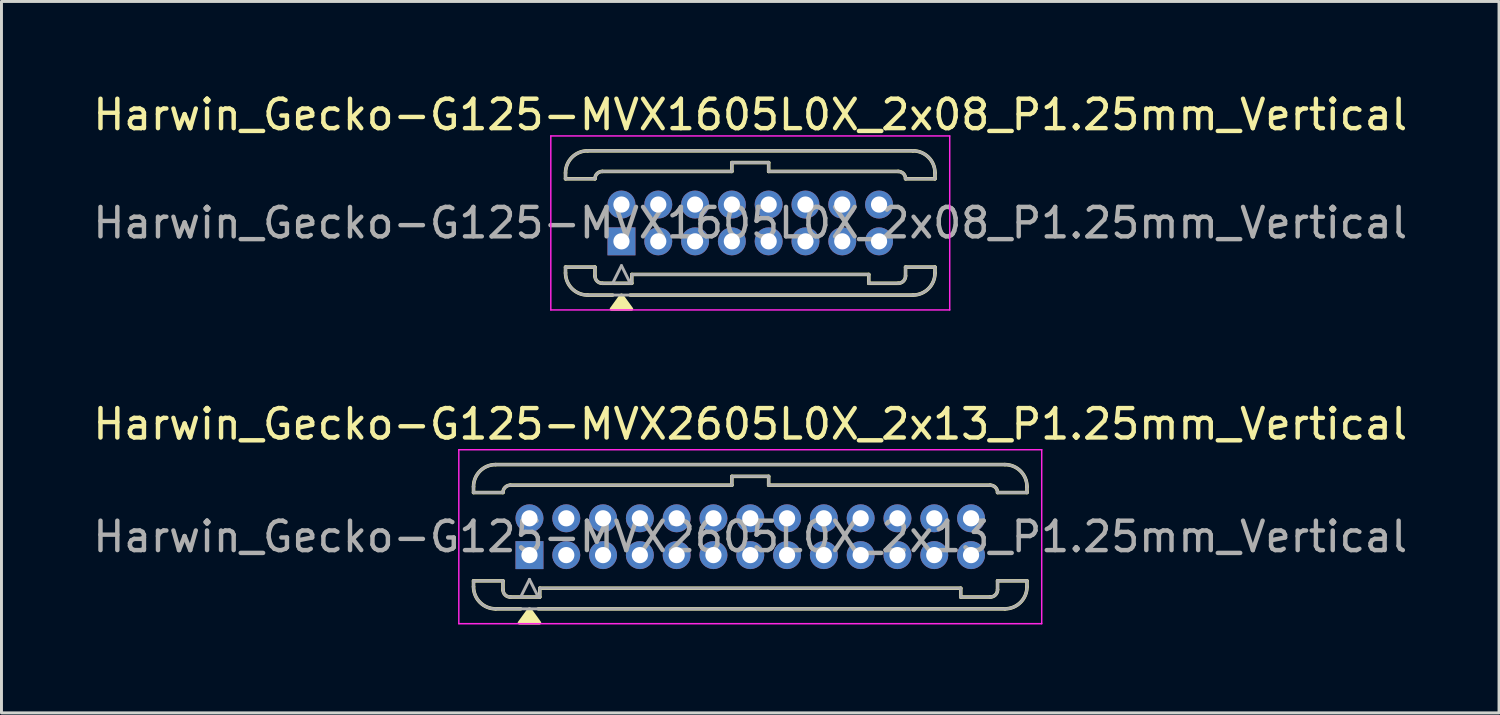
<source format=kicad_pcb>
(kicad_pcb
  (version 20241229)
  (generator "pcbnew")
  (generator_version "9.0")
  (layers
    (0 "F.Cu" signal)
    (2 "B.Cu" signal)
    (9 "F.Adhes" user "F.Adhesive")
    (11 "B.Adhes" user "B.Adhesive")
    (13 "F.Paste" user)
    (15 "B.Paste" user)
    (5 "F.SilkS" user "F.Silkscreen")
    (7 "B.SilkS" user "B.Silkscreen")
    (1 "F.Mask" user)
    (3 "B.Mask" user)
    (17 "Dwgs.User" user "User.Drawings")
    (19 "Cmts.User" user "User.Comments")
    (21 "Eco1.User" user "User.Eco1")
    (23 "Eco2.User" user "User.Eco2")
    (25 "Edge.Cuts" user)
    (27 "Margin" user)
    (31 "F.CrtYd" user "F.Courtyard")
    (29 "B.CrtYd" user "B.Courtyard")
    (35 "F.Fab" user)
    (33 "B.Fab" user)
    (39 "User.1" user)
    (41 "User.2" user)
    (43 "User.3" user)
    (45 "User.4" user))
  (footprint "Harwin_Gecko-G125-MVX2605L0X_2x13_P1.25mm_Vertical"
    (layer "F.Cu")
    (at 14.935 15.806)
    (property "Reference" "Harwin_Gecko-G125-MVX2605L0X_2x13_P1.25mm_Vertical" (at 7.5 -4.45 0) (layer "F.SilkS") (effects (font (size 1 1) (thickness 0.15))))
    (attr through_hole)
    (fp_line (start -1.9 -2.325) (end -1.9 -2.125) (stroke (width 0.12) (type solid)) (layer "F.SilkS"))
    (fp_line (start -1.9 -2.125) (end -0.9 -2.125) (stroke (width 0.12) (type solid)) (layer "F.SilkS"))
    (fp_line (start -1.9 0.875) (end -0.9 0.875) (stroke (width 0.12) (type solid)) (layer "F.SilkS"))
    (fp_line (start -1.9 1.075) (end -1.9 0.875) (stroke (width 0.12) (type solid)) (layer "F.SilkS"))
    (fp_line (start -1.15 -3.075) (end 16.15 -3.075) (stroke (width 0.12) (type solid)) (layer "F.SilkS"))
    (fp_line (start -1.15 1.825) (end -0.3 1.825) (stroke (width 0.12) (type solid)) (layer "F.SilkS"))
    (fp_line (start -0.9 1.175) (end -0.9 0.875) (stroke (width 0.12) (type solid)) (layer "F.SilkS"))
    (fp_line (start -0.65 -2.375) (end 6.875 -2.375) (stroke (width 0.12) (type solid)) (layer "F.SilkS"))
    (fp_line (start -0.65 1.425) (end 0.35 1.425) (stroke (width 0.12) (type solid)) (layer "F.SilkS"))
    (fp_line (start 0.3 1.825) (end 16.15 1.825) (stroke (width 0.12) (type solid)) (layer "F.SilkS"))
    (fp_line (start 0.35 1.125) (end 14.65 1.125) (stroke (width 0.12) (type solid)) (layer "F.SilkS"))
    (fp_line (start 0.35 1.425) (end 0.35 1.125) (stroke (width 0.12) (type solid)) (layer "F.SilkS"))
    (fp_line (start 6.875 -2.675) (end 8.125 -2.675) (stroke (width 0.12) (type solid)) (layer "F.SilkS"))
    (fp_line (start 6.875 -2.375) (end 6.875 -2.675) (stroke (width 0.12) (type solid)) (layer "F.SilkS"))
    (fp_line (start 8.125 -2.675) (end 8.125 -2.375) (stroke (width 0.12) (type solid)) (layer "F.SilkS"))
    (fp_line (start 8.125 -2.375) (end 15.65 -2.375) (stroke (width 0.12) (type solid)) (layer "F.SilkS"))
    (fp_line (start 14.65 1.125) (end 14.65 1.425) (stroke (width 0.12) (type solid)) (layer "F.SilkS"))
    (fp_line (start 14.65 1.425) (end 15.65 1.425) (stroke (width 0.12) (type solid)) (layer "F.SilkS"))
    (fp_line (start 15.9 1.175) (end 15.9 0.875) (stroke (width 0.12) (type solid)) (layer "F.SilkS"))
    (fp_line (start 16.9 -2.325) (end 16.9 -2.125) (stroke (width 0.12) (type solid)) (layer "F.SilkS"))
    (fp_line (start 16.9 -2.125) (end 15.9 -2.125) (stroke (width 0.12) (type solid)) (layer "F.SilkS"))
    (fp_line (start 16.9 0.875) (end 15.9 0.875) (stroke (width 0.12) (type solid)) (layer "F.SilkS"))
    (fp_line (start 16.9 1.075) (end 16.9 0.875) (stroke (width 0.12) (type solid)) (layer "F.SilkS"))
    (fp_arc (start -1.9 -2.325) (mid -1.68033 -2.85533) (end -1.15 -3.075) (stroke (width 0.12) (type solid)) (layer "F.SilkS"))
    (fp_arc (start -1.15 1.825) (mid -1.68033 1.60533) (end -1.9 1.075) (stroke (width 0.12) (type solid)) (layer "F.SilkS"))
    (fp_arc (start -0.9 -2.125) (mid -0.826777 -2.301777) (end -0.65 -2.375) (stroke (width 0.12) (type solid)) (layer "F.SilkS"))
    (fp_arc (start -0.65 1.425) (mid -0.826777 1.351777) (end -0.9 1.175) (stroke (width 0.12) (type solid)) (layer "F.SilkS"))
    (fp_arc (start 15.65 -2.375) (mid 15.826777 -2.301777) (end 15.9 -2.125) (stroke (width 0.12) (type solid)) (layer "F.SilkS"))
    (fp_arc (start 15.9 1.175) (mid 15.826777 1.351777) (end 15.65 1.425) (stroke (width 0.12) (type solid)) (layer "F.SilkS"))
    (fp_arc (start 16.15 -3.075) (mid 16.68033 -2.85533) (end 16.9 -2.325) (stroke (width 0.12) (type solid)) (layer "F.SilkS"))
    (fp_arc (start 16.9 1.075) (mid 16.68033 1.60533) (end 16.15 1.825) (stroke (width 0.12) (type solid)) (layer "F.SilkS"))
    (fp_poly (pts (xy 0 1.83) (xy -0.34 2.3) (xy 0.34 2.3) (xy 0 1.83)) (stroke (width 0.12) (type solid)) (fill yes) (layer "F.SilkS"))
    (fp_line (start -2.4 -3.58) (end -2.4 2.33) (stroke (width 0.05) (type solid)) (layer "F.CrtYd"))
    (fp_line (start -2.4 2.33) (end 17.4 2.33) (stroke (width 0.05) (type solid)) (layer "F.CrtYd"))
    (fp_line (start 17.4 -3.58) (end -2.4 -3.58) (stroke (width 0.05) (type solid)) (layer "F.CrtYd"))
    (fp_line (start 17.4 -3.58) (end 17.4 2.33) (stroke (width 0.05) (type solid)) (layer "F.CrtYd"))
    (fp_line (start -1.9 -2.325) (end -1.9 -2.125) (stroke (width 0.1) (type solid)) (layer "F.Fab"))
    (fp_line (start -1.9 -2.125) (end -0.9 -2.125) (stroke (width 0.1) (type solid)) (layer "F.Fab"))
    (fp_line (start -1.9 0.875) (end -0.9 0.875) (stroke (width 0.1) (type solid)) (layer "F.Fab"))
    (fp_line (start -1.9 1.075) (end -1.9 0.875) (stroke (width 0.1) (type solid)) (layer "F.Fab"))
    (fp_line (start -1.15 -3.075) (end 16.15 -3.075) (stroke (width 0.1) (type solid)) (layer "F.Fab"))
    (fp_line (start -1.15 1.825) (end 16.15 1.825) (stroke (width 0.1) (type solid)) (layer "F.Fab"))
    (fp_line (start -0.9 1.175) (end -0.9 0.875) (stroke (width 0.1) (type solid)) (layer "F.Fab"))
    (fp_line (start -0.65 -2.375) (end 6.875 -2.375) (stroke (width 0.1) (type solid)) (layer "F.Fab"))
    (fp_line (start -0.65 1.425) (end 0.35 1.425) (stroke (width 0.1) (type solid)) (layer "F.Fab"))
    (fp_line (start 0 0.825) (end -0.3 1.425) (stroke (width 0.1) (type solid)) (layer "F.Fab"))
    (fp_line (start 0.3 1.425) (end 0 0.825) (stroke (width 0.1) (type solid)) (layer "F.Fab"))
    (fp_line (start 0.35 1.125) (end 14.65 1.125) (stroke (width 0.1) (type solid)) (layer "F.Fab"))
    (fp_line (start 0.35 1.425) (end 0.35 1.125) (stroke (width 0.1) (type solid)) (layer "F.Fab"))
    (fp_line (start 6.875 -2.675) (end 8.125 -2.675) (stroke (width 0.1) (type solid)) (layer "F.Fab"))
    (fp_line (start 6.875 -2.375) (end 6.875 -2.675) (stroke (width 0.1) (type solid)) (layer "F.Fab"))
    (fp_line (start 8.125 -2.675) (end 8.125 -2.375) (stroke (width 0.1) (type solid)) (layer "F.Fab"))
    (fp_line (start 8.125 -2.375) (end 15.65 -2.375) (stroke (width 0.1) (type solid)) (layer "F.Fab"))
    (fp_line (start 14.65 1.125) (end 14.65 1.425) (stroke (width 0.1) (type solid)) (layer "F.Fab"))
    (fp_line (start 14.65 1.425) (end 15.65 1.425) (stroke (width 0.1) (type solid)) (layer "F.Fab"))
    (fp_line (start 15.9 1.175) (end 15.9 0.875) (stroke (width 0.1) (type solid)) (layer "F.Fab"))
    (fp_line (start 16.9 -2.325) (end 16.9 -2.125) (stroke (width 0.1) (type solid)) (layer "F.Fab"))
    (fp_line (start 16.9 -2.125) (end 15.9 -2.125) (stroke (width 0.1) (type solid)) (layer "F.Fab"))
    (fp_line (start 16.9 0.875) (end 15.9 0.875) (stroke (width 0.1) (type solid)) (layer "F.Fab"))
    (fp_line (start 16.9 1.075) (end 16.9 0.875) (stroke (width 0.1) (type solid)) (layer "F.Fab"))
    (fp_arc (start -1.9 -2.325) (mid -1.68033 -2.85533) (end -1.15 -3.075) (stroke (width 0.1) (type solid)) (layer "F.Fab"))
    (fp_arc (start -1.15 1.825) (mid -1.68033 1.60533) (end -1.9 1.075) (stroke (width 0.1) (type solid)) (layer "F.Fab"))
    (fp_arc (start -0.9 -2.125) (mid -0.826777 -2.301777) (end -0.65 -2.375) (stroke (width 0.1) (type solid)) (layer "F.Fab"))
    (fp_arc (start -0.65 1.425) (mid -0.826777 1.351777) (end -0.9 1.175) (stroke (width 0.1) (type solid)) (layer "F.Fab"))
    (fp_arc (start 15.65 -2.375) (mid 15.826777 -2.301777) (end 15.9 -2.125) (stroke (width 0.1) (type solid)) (layer "F.Fab"))
    (fp_arc (start 15.9 1.175) (mid 15.826777 1.351777) (end 15.65 1.425) (stroke (width 0.1) (type solid)) (layer "F.Fab"))
    (fp_arc (start 16.15 -3.075) (mid 16.68033 -2.85533) (end 16.9 -2.325) (stroke (width 0.1) (type solid)) (layer "F.Fab"))
    (fp_arc (start 16.9 1.075) (mid 16.68033 1.60533) (end 16.15 1.825) (stroke (width 0.1) (type solid)) (layer "F.Fab"))
    (fp_text user "${REFERENCE}" (at 7.5 -0.625 0) (layer "F.Fab") (effects (font (size 1 1) (thickness 0.15))))
    (pad "1" thru_hole rect (at 0 0) (size 0.95 0.95) (drill 0.55) (layers "*.Cu" "*.Mask"))
    (pad "2" thru_hole circle (at 1.25 0) (size 0.95 0.95) (drill 0.55) (layers "*.Cu" "*.Mask"))
    (pad "3" thru_hole circle (at 2.5 0) (size 0.95 0.95) (drill 0.55) (layers "*.Cu" "*.Mask"))
    (pad "4" thru_hole circle (at 3.75 0) (size 0.95 0.95) (drill 0.55) (layers "*.Cu" "*.Mask"))
    (pad "5" thru_hole circle (at 5 0) (size 0.95 0.95) (drill 0.55) (layers "*.Cu" "*.Mask"))
    (pad "6" thru_hole circle (at 6.25 0) (size 0.95 0.95) (drill 0.55) (layers "*.Cu" "*.Mask"))
    (pad "7" thru_hole circle (at 7.5 0) (size 0.95 0.95) (drill 0.55) (layers "*.Cu" "*.Mask"))
    (pad "8" thru_hole circle (at 8.75 0) (size 0.95 0.95) (drill 0.55) (layers "*.Cu" "*.Mask"))
    (pad "9" thru_hole circle (at 10 0) (size 0.95 0.95) (drill 0.55) (layers "*.Cu" "*.Mask"))
    (pad "10" thru_hole circle (at 12.5 0) (size 0.95 0.95) (drill 0.55) (layers "*.Cu" "*.Mask"))
    (pad "11" thru_hole circle (at 11.25 0) (size 0.95 0.95) (drill 0.55) (layers "*.Cu" "*.Mask"))
    (pad "12" thru_hole circle (at 13.75 0) (size 0.95 0.95) (drill 0.55) (layers "*.Cu" "*.Mask"))
    (pad "13" thru_hole circle (at 15 0) (size 0.95 0.95) (drill 0.55) (layers "*.Cu" "*.Mask"))
    (pad "14" thru_hole circle (at 0 -1.25) (size 0.95 0.95) (drill 0.55) (layers "*.Cu" "*.Mask"))
    (pad "15" thru_hole circle (at 1.25 -1.25) (size 0.95 0.95) (drill 0.55) (layers "*.Cu" "*.Mask"))
    (pad "16" thru_hole circle (at 3.75 -1.25) (size 0.95 0.95) (drill 0.55) (layers "*.Cu" "*.Mask"))
    (pad "17" thru_hole circle (at 2.5 -1.25) (size 0.95 0.95) (drill 0.55) (layers "*.Cu" "*.Mask"))
    (pad "18" thru_hole circle (at 6.25 -1.25) (size 0.95 0.95) (drill 0.55) (layers "*.Cu" "*.Mask"))
    (pad "19" thru_hole circle (at 5 -1.25) (size 0.95 0.95) (drill 0.55) (layers "*.Cu" "*.Mask"))
    (pad "20" thru_hole circle (at 8.75 -1.25) (size 0.95 0.95) (drill 0.55) (layers "*.Cu" "*.Mask"))
    (pad "21" thru_hole circle (at 7.5 -1.25) (size 0.95 0.95) (drill 0.55) (layers "*.Cu" "*.Mask"))
    (pad "22" thru_hole circle (at 10 -1.25) (size 0.95 0.95) (drill 0.55) (layers "*.Cu" "*.Mask"))
    (pad "23" thru_hole circle (at 11.25 -1.25) (size 0.95 0.95) (drill 0.55) (layers "*.Cu" "*.Mask"))
    (pad "24" thru_hole circle (at 12.5 -1.25) (size 0.95 0.95) (drill 0.55) (layers "*.Cu" "*.Mask"))
    (pad "25" thru_hole circle (at 13.75 -1.25) (size 0.95 0.95) (drill 0.55) (layers "*.Cu" "*.Mask"))
    (pad "26" thru_hole circle (at 15 -1.25) (size 0.95 0.95) (drill 0.55) (layers "*.Cu" "*.Mask")))
  (footprint "Harwin_Gecko-G125-MVX1605L0X_2x08_P1.25mm_Vertical"
    (layer "F.Cu")
    (at 18.06 5.148)
    (property "Reference" "Harwin_Gecko-G125-MVX1605L0X_2x08_P1.25mm_Vertical" (at 4.375 -4.3 0) (layer "F.SilkS") (effects (font (size 1 1) (thickness 0.15))))
    (attr through_hole)
    (fp_line (start -1.9 -2.325) (end -1.9 -2.125) (stroke (width 0.12) (type solid)) (layer "F.SilkS"))
    (fp_line (start -1.9 -2.125) (end -0.9 -2.125) (stroke (width 0.12) (type solid)) (layer "F.SilkS"))
    (fp_line (start -1.9 0.875) (end -0.9 0.875) (stroke (width 0.12) (type solid)) (layer "F.SilkS"))
    (fp_line (start -1.9 1.075) (end -1.9 0.875) (stroke (width 0.12) (type solid)) (layer "F.SilkS"))
    (fp_line (start -1.15 -3.075) (end 9.9 -3.075) (stroke (width 0.12) (type solid)) (layer "F.SilkS"))
    (fp_line (start -1.15 1.825) (end -0.3 1.825) (stroke (width 0.12) (type solid)) (layer "F.SilkS"))
    (fp_line (start -0.9 1.175) (end -0.9 0.875) (stroke (width 0.12) (type solid)) (layer "F.SilkS"))
    (fp_line (start -0.65 -2.375) (end 3.75 -2.375) (stroke (width 0.12) (type solid)) (layer "F.SilkS"))
    (fp_line (start -0.65 1.425) (end 0.35 1.425) (stroke (width 0.12) (type solid)) (layer "F.SilkS"))
    (fp_line (start 0.3 1.825) (end 9.9 1.825) (stroke (width 0.12) (type solid)) (layer "F.SilkS"))
    (fp_line (start 0.35 1.125) (end 8.4 1.125) (stroke (width 0.12) (type solid)) (layer "F.SilkS"))
    (fp_line (start 0.35 1.425) (end 0.35 1.125) (stroke (width 0.12) (type solid)) (layer "F.SilkS"))
    (fp_line (start 3.75 -2.675) (end 5 -2.675) (stroke (width 0.12) (type solid)) (layer "F.SilkS"))
    (fp_line (start 3.75 -2.375) (end 3.75 -2.675) (stroke (width 0.12) (type solid)) (layer "F.SilkS"))
    (fp_line (start 5 -2.675) (end 5 -2.375) (stroke (width 0.12) (type solid)) (layer "F.SilkS"))
    (fp_line (start 5 -2.375) (end 9.4 -2.375) (stroke (width 0.12) (type solid)) (layer "F.SilkS"))
    (fp_line (start 8.4 1.125) (end 8.4 1.425) (stroke (width 0.12) (type solid)) (layer "F.SilkS"))
    (fp_line (start 8.4 1.425) (end 9.4 1.425) (stroke (width 0.12) (type solid)) (layer "F.SilkS"))
    (fp_line (start 9.65 1.175) (end 9.65 0.875) (stroke (width 0.12) (type solid)) (layer "F.SilkS"))
    (fp_line (start 10.65 -2.325) (end 10.65 -2.125) (stroke (width 0.12) (type solid)) (layer "F.SilkS"))
    (fp_line (start 10.65 -2.125) (end 9.65 -2.125) (stroke (width 0.12) (type solid)) (layer "F.SilkS"))
    (fp_line (start 10.65 0.875) (end 9.65 0.875) (stroke (width 0.12) (type solid)) (layer "F.SilkS"))
    (fp_line (start 10.65 1.075) (end 10.65 0.875) (stroke (width 0.12) (type solid)) (layer "F.SilkS"))
    (fp_arc (start -1.9 -2.325) (mid -1.68033 -2.85533) (end -1.15 -3.075) (stroke (width 0.12) (type solid)) (layer "F.SilkS"))
    (fp_arc (start -1.15 1.825) (mid -1.68033 1.60533) (end -1.9 1.075) (stroke (width 0.12) (type solid)) (layer "F.SilkS"))
    (fp_arc (start -0.9 -2.125) (mid -0.826777 -2.301777) (end -0.65 -2.375) (stroke (width 0.12) (type solid)) (layer "F.SilkS"))
    (fp_arc (start -0.65 1.425) (mid -0.826777 1.351777) (end -0.9 1.175) (stroke (width 0.12) (type solid)) (layer "F.SilkS"))
    (fp_arc (start 9.4 -2.375) (mid 9.576777 -2.301777) (end 9.65 -2.125) (stroke (width 0.12) (type solid)) (layer "F.SilkS"))
    (fp_arc (start 9.65 1.175) (mid 9.576777 1.351777) (end 9.4 1.425) (stroke (width 0.12) (type solid)) (layer "F.SilkS"))
    (fp_arc (start 9.9 -3.075) (mid 10.43033 -2.85533) (end 10.65 -2.325) (stroke (width 0.12) (type solid)) (layer "F.SilkS"))
    (fp_arc (start 10.65 1.075) (mid 10.43033 1.60533) (end 9.9 1.825) (stroke (width 0.12) (type solid)) (layer "F.SilkS"))
    (fp_poly (pts (xy 0 1.83) (xy -0.34 2.3) (xy 0.34 2.3) (xy 0 1.83)) (stroke (width 0.12) (type solid)) (fill yes) (layer "F.SilkS"))
    (fp_line (start -2.4 -3.58) (end -2.4 2.33) (stroke (width 0.05) (type solid)) (layer "F.CrtYd"))
    (fp_line (start -2.4 2.33) (end 11.15 2.33) (stroke (width 0.05) (type solid)) (layer "F.CrtYd"))
    (fp_line (start 11.15 -3.58) (end -2.4 -3.58) (stroke (width 0.05) (type solid)) (layer "F.CrtYd"))
    (fp_line (start 11.15 -3.58) (end 11.15 2.33) (stroke (width 0.05) (type solid)) (layer "F.CrtYd"))
    (fp_line (start -1.9 -2.325) (end -1.9 -2.125) (stroke (width 0.1) (type solid)) (layer "F.Fab"))
    (fp_line (start -1.9 -2.125) (end -0.9 -2.125) (stroke (width 0.1) (type solid)) (layer "F.Fab"))
    (fp_line (start -1.9 0.875) (end -0.9 0.875) (stroke (width 0.1) (type solid)) (layer "F.Fab"))
    (fp_line (start -1.9 1.075) (end -1.9 0.875) (stroke (width 0.1) (type solid)) (layer "F.Fab"))
    (fp_line (start -1.15 -3.075) (end 9.9 -3.075) (stroke (width 0.1) (type solid)) (layer "F.Fab"))
    (fp_line (start -1.15 1.825) (end 9.9 1.825) (stroke (width 0.1) (type solid)) (layer "F.Fab"))
    (fp_line (start -0.9 1.175) (end -0.9 0.875) (stroke (width 0.1) (type solid)) (layer "F.Fab"))
    (fp_line (start -0.65 -2.375) (end 3.75 -2.375) (stroke (width 0.1) (type solid)) (layer "F.Fab"))
    (fp_line (start -0.65 1.425) (end 0.35 1.425) (stroke (width 0.1) (type solid)) (layer "F.Fab"))
    (fp_line (start 0 0.825) (end -0.3 1.425) (stroke (width 0.1) (type solid)) (layer "F.Fab"))
    (fp_line (start 0.3 1.425) (end 0 0.825) (stroke (width 0.1) (type solid)) (layer "F.Fab"))
    (fp_line (start 0.35 1.125) (end 8.4 1.125) (stroke (width 0.1) (type solid)) (layer "F.Fab"))
    (fp_line (start 0.35 1.425) (end 0.35 1.125) (stroke (width 0.1) (type solid)) (layer "F.Fab"))
    (fp_line (start 3.75 -2.675) (end 5 -2.675) (stroke (width 0.1) (type solid)) (layer "F.Fab"))
    (fp_line (start 3.75 -2.375) (end 3.75 -2.675) (stroke (width 0.1) (type solid)) (layer "F.Fab"))
    (fp_line (start 5 -2.675) (end 5 -2.375) (stroke (width 0.1) (type solid)) (layer "F.Fab"))
    (fp_line (start 5 -2.375) (end 9.4 -2.375) (stroke (width 0.1) (type solid)) (layer "F.Fab"))
    (fp_line (start 8.4 1.125) (end 8.4 1.425) (stroke (width 0.1) (type solid)) (layer "F.Fab"))
    (fp_line (start 8.4 1.425) (end 9.4 1.425) (stroke (width 0.1) (type solid)) (layer "F.Fab"))
    (fp_line (start 9.65 1.175) (end 9.65 0.875) (stroke (width 0.1) (type solid)) (layer "F.Fab"))
    (fp_line (start 10.65 -2.325) (end 10.65 -2.125) (stroke (width 0.1) (type solid)) (layer "F.Fab"))
    (fp_line (start 10.65 -2.125) (end 9.65 -2.125) (stroke (width 0.1) (type solid)) (layer "F.Fab"))
    (fp_line (start 10.65 0.875) (end 9.65 0.875) (stroke (width 0.1) (type solid)) (layer "F.Fab"))
    (fp_line (start 10.65 1.075) (end 10.65 0.875) (stroke (width 0.1) (type solid)) (layer "F.Fab"))
    (fp_arc (start -1.9 -2.325) (mid -1.68033 -2.85533) (end -1.15 -3.075) (stroke (width 0.1) (type solid)) (layer "F.Fab"))
    (fp_arc (start -1.15 1.825) (mid -1.68033 1.60533) (end -1.9 1.075) (stroke (width 0.1) (type solid)) (layer "F.Fab"))
    (fp_arc (start -0.9 -2.125) (mid -0.826777 -2.301777) (end -0.65 -2.375) (stroke (width 0.1) (type solid)) (layer "F.Fab"))
    (fp_arc (start -0.65 1.425) (mid -0.826777 1.351777) (end -0.9 1.175) (stroke (width 0.1) (type solid)) (layer "F.Fab"))
    (fp_arc (start 9.4 -2.375) (mid 9.576777 -2.301777) (end 9.65 -2.125) (stroke (width 0.1) (type solid)) (layer "F.Fab"))
    (fp_arc (start 9.65 1.175) (mid 9.576777 1.351777) (end 9.4 1.425) (stroke (width 0.1) (type solid)) (layer "F.Fab"))
    (fp_arc (start 9.9 -3.075) (mid 10.43033 -2.85533) (end 10.65 -2.325) (stroke (width 0.1) (type solid)) (layer "F.Fab"))
    (fp_arc (start 10.65 1.075) (mid 10.43033 1.60533) (end 9.9 1.825) (stroke (width 0.1) (type solid)) (layer "F.Fab"))
    (fp_text user "${REFERENCE}" (at 4.375 -0.625 0) (layer "F.Fab") (effects (font (size 1 1) (thickness 0.15))))
    (pad "1" thru_hole rect (at 0 0) (size 0.95 0.95) (drill 0.55) (layers "*.Cu" "*.Mask"))
    (pad "2" thru_hole circle (at 1.25 0) (size 0.95 0.95) (drill 0.55) (layers "*.Cu" "*.Mask"))
    (pad "3" thru_hole circle (at 2.5 0) (size 0.95 0.95) (drill 0.55) (layers "*.Cu" "*.Mask"))
    (pad "4" thru_hole circle (at 3.75 0) (size 0.95 0.95) (drill 0.55) (layers "*.Cu" "*.Mask"))
    (pad "5" thru_hole circle (at 5 0) (size 0.95 0.95) (drill 0.55) (layers "*.Cu" "*.Mask"))
    (pad "6" thru_hole circle (at 6.25 0) (size 0.95 0.95) (drill 0.55) (layers "*.Cu" "*.Mask"))
    (pad "7" thru_hole circle (at 7.5 0) (size 0.95 0.95) (drill 0.55) (layers "*.Cu" "*.Mask"))
    (pad "8" thru_hole circle (at 8.75 0) (size 0.95 0.95) (drill 0.55) (layers "*.Cu" "*.Mask"))
    (pad "9" thru_hole circle (at 0 -1.25) (size 0.95 0.95) (drill 0.55) (layers "*.Cu" "*.Mask"))
    (pad "10" thru_hole circle (at 1.25 -1.25) (size 0.95 0.95) (drill 0.55) (layers "*.Cu" "*.Mask"))
    (pad "11" thru_hole circle (at 2.5 -1.25) (size 0.95 0.95) (drill 0.55) (layers "*.Cu" "*.Mask"))
    (pad "12" thru_hole circle (at 3.75 -1.25) (size 0.95 0.95) (drill 0.55) (layers "*.Cu" "*.Mask"))
    (pad "13" thru_hole circle (at 5 -1.25) (size 0.95 0.95) (drill 0.55) (layers "*.Cu" "*.Mask"))
    (pad "14" thru_hole circle (at 6.25 -1.25) (size 0.95 0.95) (drill 0.55) (layers "*.Cu" "*.Mask"))
    (pad "15" thru_hole circle (at 7.5 -1.25) (size 0.95 0.95) (drill 0.55) (layers "*.Cu" "*.Mask"))
    (pad "16" thru_hole circle (at 8.75 -1.25) (size 0.95 0.95) (drill 0.55) (layers "*.Cu" "*.Mask")))
  (gr_rect
    (start -3 -3)
    (end 47.869 21.166)
    (stroke (width 0.1) (type default))
    (fill no)
    (layer "Edge.Cuts")))
</source>
